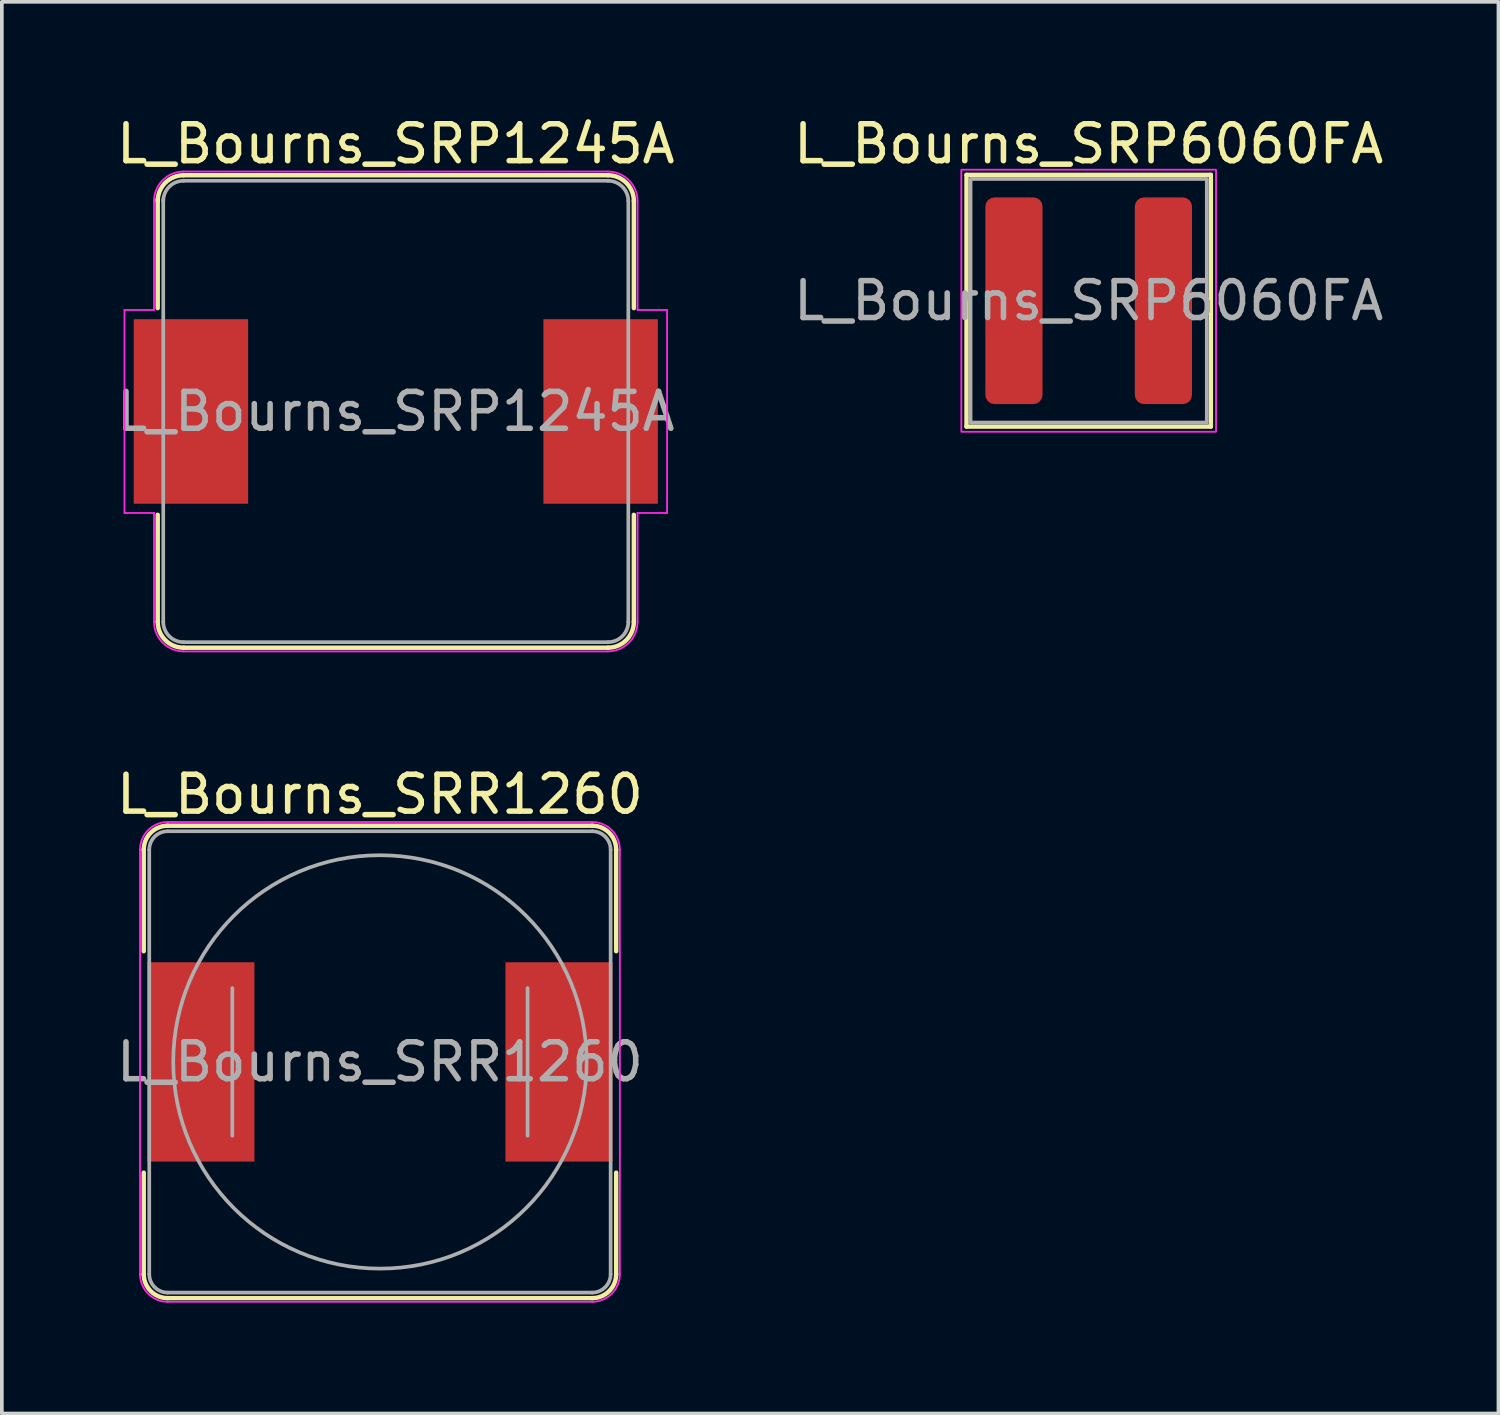
<source format=kicad_pcb>
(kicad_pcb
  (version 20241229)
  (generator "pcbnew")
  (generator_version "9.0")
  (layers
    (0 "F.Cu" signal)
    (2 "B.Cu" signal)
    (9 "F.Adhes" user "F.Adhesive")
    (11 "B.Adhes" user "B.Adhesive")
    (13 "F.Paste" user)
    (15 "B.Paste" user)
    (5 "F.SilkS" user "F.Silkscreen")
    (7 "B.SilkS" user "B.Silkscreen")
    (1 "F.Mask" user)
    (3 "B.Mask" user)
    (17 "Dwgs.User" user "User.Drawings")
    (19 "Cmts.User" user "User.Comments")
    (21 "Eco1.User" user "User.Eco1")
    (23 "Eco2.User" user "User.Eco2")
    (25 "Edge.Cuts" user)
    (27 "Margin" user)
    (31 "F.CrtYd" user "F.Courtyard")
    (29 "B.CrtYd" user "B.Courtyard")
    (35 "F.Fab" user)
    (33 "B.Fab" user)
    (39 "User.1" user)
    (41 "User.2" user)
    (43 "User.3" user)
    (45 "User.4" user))
  (footprint "L_Bourns_SRR1260"
    (layer "F.Cu")
    (at 7.244 25.721)
    (property "Reference" "L_Bourns_SRR1260" (at 0 -7.25 0) (layer "F.SilkS") (effects (font (size 1 1) (thickness 0.15))))
    (attr smd)
    (fp_line (start -6.4 -5.75) (end -6.4 -3) (stroke (width 0.12) (type solid)) (layer "F.SilkS"))
    (fp_line (start -6.4 3) (end -6.4 5.75) (stroke (width 0.12) (type solid)) (layer "F.SilkS"))
    (fp_line (start -5.75 -6.4) (end 5.75 -6.4) (stroke (width 0.12) (type solid)) (layer "F.SilkS"))
    (fp_line (start 5.75 6.4) (end -5.75 6.4) (stroke (width 0.12) (type solid)) (layer "F.SilkS"))
    (fp_line (start 6.4 -5.75) (end 6.4 -3) (stroke (width 0.12) (type solid)) (layer "F.SilkS"))
    (fp_line (start 6.4 3) (end 6.4 5.75) (stroke (width 0.12) (type solid)) (layer "F.SilkS"))
    (fp_arc (start -6.4 -5.75) (mid -6.209619 -6.209619) (end -5.75 -6.4) (stroke (width 0.12) (type solid)) (layer "F.SilkS"))
    (fp_arc (start -5.75 6.4) (mid -6.209619 6.209619) (end -6.4 5.75) (stroke (width 0.12) (type solid)) (layer "F.SilkS"))
    (fp_arc (start 5.75 -6.4) (mid 6.209619 -6.209619) (end 6.4 -5.75) (stroke (width 0.12) (type solid)) (layer "F.SilkS"))
    (fp_arc (start 6.4 5.75) (mid 6.209619 6.209619) (end 5.75 6.4) (stroke (width 0.12) (type solid)) (layer "F.SilkS"))
    (fp_line (start -6.5 5.75) (end -6.5 -5.75) (stroke (width 0.05) (type solid)) (layer "F.CrtYd"))
    (fp_line (start -5.75 -6.5) (end 5.75 -6.5) (stroke (width 0.05) (type solid)) (layer "F.CrtYd"))
    (fp_line (start 5.75 6.5) (end -5.75 6.5) (stroke (width 0.05) (type solid)) (layer "F.CrtYd"))
    (fp_line (start 6.5 -5.75) (end 6.5 5.75) (stroke (width 0.05) (type solid)) (layer "F.CrtYd"))
    (fp_arc (start -6.5 -5.75) (mid -6.28033 -6.28033) (end -5.75 -6.5) (stroke (width 0.05) (type solid)) (layer "F.CrtYd"))
    (fp_arc (start -5.75 6.5) (mid -6.28033 6.28033) (end -6.5 5.75) (stroke (width 0.05) (type solid)) (layer "F.CrtYd"))
    (fp_arc (start 5.75 -6.5) (mid 6.28033 -6.28033) (end 6.5 -5.75) (stroke (width 0.05) (type solid)) (layer "F.CrtYd"))
    (fp_arc (start 6.5 5.75) (mid 6.28033 6.28033) (end 5.75 6.5) (stroke (width 0.05) (type solid)) (layer "F.CrtYd"))
    (fp_line (start -6.25 -5.75) (end -6.25 5.75) (stroke (width 0.1) (type solid)) (layer "F.Fab"))
    (fp_line (start -5.75 -6.25) (end 5.75 -6.25) (stroke (width 0.1) (type solid)) (layer "F.Fab"))
    (fp_line (start -4 2) (end -4 -2) (stroke (width 0.1) (type solid)) (layer "F.Fab"))
    (fp_line (start 4 -2) (end 4 2) (stroke (width 0.1) (type solid)) (layer "F.Fab"))
    (fp_line (start 5.75 6.25) (end -5.75 6.25) (stroke (width 0.1) (type solid)) (layer "F.Fab"))
    (fp_line (start 6.25 -5.75) (end 6.25 5.75) (stroke (width 0.1) (type solid)) (layer "F.Fab"))
    (fp_arc (start -6.25 -5.75) (mid -6.103553 -6.103553) (end -5.75 -6.25) (stroke (width 0.1) (type solid)) (layer "F.Fab"))
    (fp_arc (start -5.75 6.25) (mid -6.103553 6.103553) (end -6.25 5.75) (stroke (width 0.1) (type solid)) (layer "F.Fab"))
    (fp_arc (start 5.75 -6.25) (mid 6.103553 -6.103553) (end 6.25 -5.75) (stroke (width 0.1) (type solid)) (layer "F.Fab"))
    (fp_arc (start 6.25 5.75) (mid 6.103553 6.103553) (end 5.75 6.25) (stroke (width 0.1) (type solid)) (layer "F.Fab"))
    (fp_circle (center 0 0) (end 0 -5.6) (stroke (width 0.1) (type solid)) (fill no) (layer "F.Fab"))
    (fp_text user "${REFERENCE}" (at 0 0 0) (layer "F.Fab") (effects (font (size 1 1) (thickness 0.15))))
    (pad "1" smd rect (at -4.85 0) (size 2.9 5.4) (layers "F.Cu" "F.Mask" "F.Paste"))
    (pad "2" smd rect (at 4.85 0) (size 2.9 5.4) (layers "F.Cu" "F.Mask" "F.Paste")))
  (footprint "L_Bourns_SRP1245A"
    (layer "F.Cu")
    (at 7.673 8.098)
    (property "Reference" "L_Bourns_SRP1245A" (at 0 -7.25 0) (layer "F.SilkS") (effects (font (size 1 1) (thickness 0.15))))
    (attr smd)
    (fp_line (start -6.45 -5.75) (end -6.45 -2.8) (stroke (width 0.12) (type solid)) (layer "F.SilkS"))
    (fp_line (start -6.45 2.8) (end -6.45 5.7) (stroke (width 0.12) (type solid)) (layer "F.SilkS"))
    (fp_line (start -5.75 -6.4) (end 5.75 -6.4) (stroke (width 0.12) (type solid)) (layer "F.SilkS"))
    (fp_line (start 5.75 6.4) (end -5.75 6.4) (stroke (width 0.12) (type solid)) (layer "F.SilkS"))
    (fp_line (start 6.45 -5.7) (end 6.45 -2.8) (stroke (width 0.12) (type solid)) (layer "F.SilkS"))
    (fp_line (start 6.45 2.8) (end 6.45 5.7) (stroke (width 0.12) (type solid)) (layer "F.SilkS"))
    (fp_arc (start -6.45 -5.7) (mid -6.244975 -6.194975) (end -5.75 -6.4) (stroke (width 0.12) (type solid)) (layer "F.SilkS"))
    (fp_arc (start -5.75 6.4) (mid -6.244975 6.194975) (end -6.45 5.7) (stroke (width 0.12) (type solid)) (layer "F.SilkS"))
    (fp_arc (start 5.75 -6.4) (mid 6.244975 -6.194975) (end 6.45 -5.7) (stroke (width 0.12) (type solid)) (layer "F.SilkS"))
    (fp_arc (start 6.45 5.7) (mid 6.244975 6.194975) (end 5.75 6.4) (stroke (width 0.12) (type solid)) (layer "F.SilkS"))
    (fp_line (start -7.35 -2.75) (end -6.55 -2.75) (stroke (width 0.05) (type solid)) (layer "F.CrtYd"))
    (fp_line (start -7.35 2.75) (end -7.35 -2.75) (stroke (width 0.05) (type solid)) (layer "F.CrtYd"))
    (fp_line (start -7.35 2.75) (end -6.55 2.75) (stroke (width 0.05) (type solid)) (layer "F.CrtYd"))
    (fp_line (start -6.55 -2.75) (end -6.55 -5.7) (stroke (width 0.05) (type solid)) (layer "F.CrtYd"))
    (fp_line (start -6.55 5.7) (end -6.55 2.75) (stroke (width 0.05) (type solid)) (layer "F.CrtYd"))
    (fp_line (start -5.75 -6.5) (end 5.75 -6.5) (stroke (width 0.05) (type solid)) (layer "F.CrtYd"))
    (fp_line (start 5.75 6.5) (end -5.75 6.5) (stroke (width 0.05) (type solid)) (layer "F.CrtYd"))
    (fp_line (start 6.55 -5.7) (end 6.55 -2.75) (stroke (width 0.05) (type solid)) (layer "F.CrtYd"))
    (fp_line (start 6.55 2.75) (end 6.55 5.7) (stroke (width 0.05) (type solid)) (layer "F.CrtYd"))
    (fp_line (start 7.35 -2.75) (end 6.55 -2.75) (stroke (width 0.05) (type solid)) (layer "F.CrtYd"))
    (fp_line (start 7.35 -2.75) (end 7.35 2.75) (stroke (width 0.05) (type solid)) (layer "F.CrtYd"))
    (fp_line (start 7.35 2.75) (end 6.55 2.75) (stroke (width 0.05) (type solid)) (layer "F.CrtYd"))
    (fp_arc (start -6.55 -5.7) (mid -6.315685 -6.265685) (end -5.75 -6.5) (stroke (width 0.05) (type solid)) (layer "F.CrtYd"))
    (fp_arc (start -5.75 6.5) (mid -6.315685 6.265685) (end -6.55 5.7) (stroke (width 0.05) (type solid)) (layer "F.CrtYd"))
    (fp_arc (start 5.75 -6.5) (mid 6.315685 -6.265685) (end 6.55 -5.7) (stroke (width 0.05) (type solid)) (layer "F.CrtYd"))
    (fp_arc (start 6.55 5.7) (mid 6.315685 6.265685) (end 5.75 6.5) (stroke (width 0.05) (type solid)) (layer "F.CrtYd"))
    (fp_line (start -6.3 -5.75) (end -6.3 5.7) (stroke (width 0.1) (type solid)) (layer "F.Fab"))
    (fp_line (start -5.75 -6.25) (end 5.75 -6.25) (stroke (width 0.1) (type solid)) (layer "F.Fab"))
    (fp_line (start 5.75 6.25) (end -5.75 6.25) (stroke (width 0.1) (type solid)) (layer "F.Fab"))
    (fp_line (start 6.3 -5.7) (end 6.3 5.7) (stroke (width 0.1) (type solid)) (layer "F.Fab"))
    (fp_arc (start -6.3 -5.7) (mid -6.138909 -6.088909) (end -5.75 -6.25) (stroke (width 0.1) (type solid)) (layer "F.Fab"))
    (fp_arc (start -5.75 6.25) (mid -6.138909 6.088909) (end -6.3 5.7) (stroke (width 0.1) (type solid)) (layer "F.Fab"))
    (fp_arc (start 5.75 -6.25) (mid 6.138909 -6.088909) (end 6.3 -5.7) (stroke (width 0.1) (type solid)) (layer "F.Fab"))
    (fp_arc (start 6.3 5.7) (mid 6.138909 6.088909) (end 5.75 6.25) (stroke (width 0.1) (type solid)) (layer "F.Fab"))
    (fp_text user "${REFERENCE}" (at 0 0 0) (layer "F.Fab") (effects (font (size 1 1) (thickness 0.15))))
    (pad "1" smd rect (at -5.55 0) (size 3.1 5) (layers "F.Cu" "F.Mask" "F.Paste"))
    (pad "2" smd rect (at 5.55 0) (size 3.1 5) (layers "F.Cu" "F.Mask" "F.Paste")))
  (footprint "L_Bourns_SRP6060FA"
    (layer "F.Cu")
    (at 26.446 5.098)
    (property "Reference" "L_Bourns_SRP6060FA" (at 0 -4.25 0) (layer "F.SilkS") (effects (font (size 1 1) (thickness 0.15))))
    (attr smd)
    (fp_line (start -3.31 -3.41) (end 3.31 -3.41) (stroke (width 0.12) (type solid)) (layer "F.SilkS"))
    (fp_line (start -3.31 3.41) (end -3.31 -3.41) (stroke (width 0.12) (type solid)) (layer "F.SilkS"))
    (fp_line (start 3.31 -3.41) (end 3.31 3.41) (stroke (width 0.12) (type solid)) (layer "F.SilkS"))
    (fp_line (start 3.31 3.41) (end -3.31 3.41) (stroke (width 0.12) (type solid)) (layer "F.SilkS"))
    (fp_rect (start -3.45 -3.55) (end 3.45 3.55) (stroke (width 0.05) (type solid)) (fill no) (layer "F.CrtYd"))
    (fp_rect (start -3.2 -3.3) (end 3.2 3.3) (stroke (width 0.1) (type solid)) (fill no) (layer "F.Fab"))
    (fp_text user "${REFERENCE}" (at 0 0 0) (layer "F.Fab") (effects (font (size 1 1) (thickness 0.15))))
    (pad "1" smd roundrect (at -2.025 0) (size 1.55 5.6) (layers "F.Cu" "F.Mask" "F.Paste") (roundrect_rratio 0.161))
    (pad "2" smd roundrect (at 2.025 0) (size 1.55 5.6) (layers "F.Cu" "F.Mask" "F.Paste") (roundrect_rratio 0.161)))
  (gr_rect
    (start -3 -3)
    (end 37.548 35.246)
    (stroke (width 0.1) (type default))
    (fill no)
    (layer "Edge.Cuts")))
</source>
